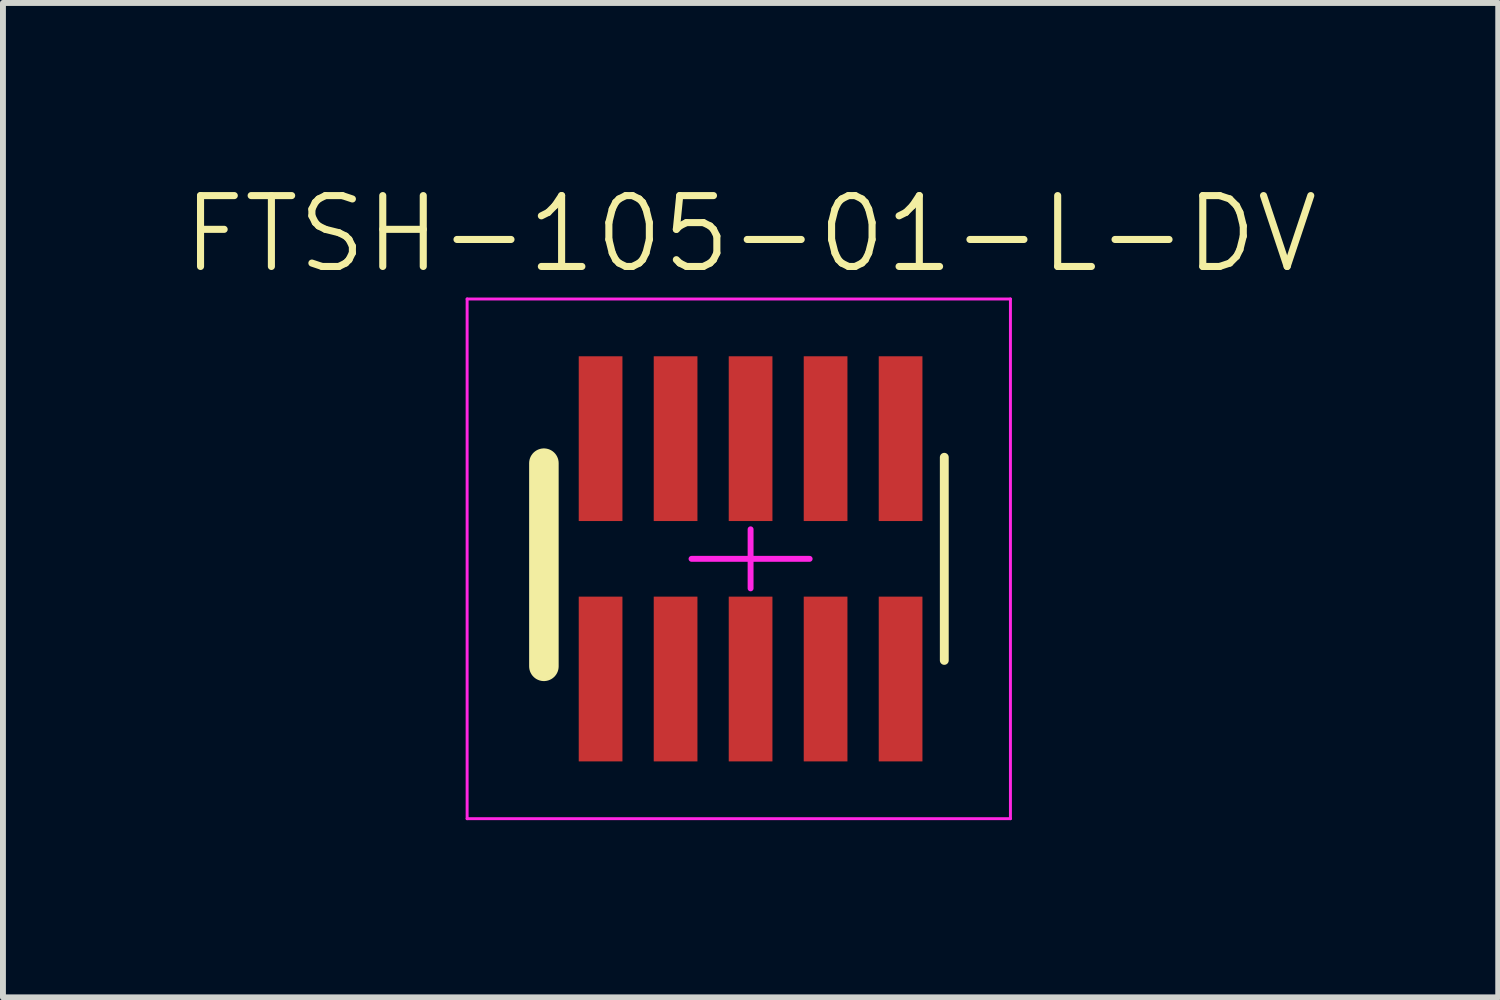
<source format=kicad_pcb>
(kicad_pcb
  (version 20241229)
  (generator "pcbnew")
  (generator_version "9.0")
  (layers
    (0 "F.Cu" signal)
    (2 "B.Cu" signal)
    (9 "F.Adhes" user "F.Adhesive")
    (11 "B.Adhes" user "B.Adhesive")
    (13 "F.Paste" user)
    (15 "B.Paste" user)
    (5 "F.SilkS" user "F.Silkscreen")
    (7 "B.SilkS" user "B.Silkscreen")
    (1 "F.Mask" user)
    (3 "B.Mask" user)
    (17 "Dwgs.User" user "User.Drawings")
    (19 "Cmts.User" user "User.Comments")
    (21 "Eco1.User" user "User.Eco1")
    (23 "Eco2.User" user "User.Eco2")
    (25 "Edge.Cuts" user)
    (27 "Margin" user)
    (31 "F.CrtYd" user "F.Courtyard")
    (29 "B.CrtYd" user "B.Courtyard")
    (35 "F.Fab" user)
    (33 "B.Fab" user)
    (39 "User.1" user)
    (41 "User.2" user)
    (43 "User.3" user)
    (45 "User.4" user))
  (footprint "FTSH-105-01-L-DV"
    (layer "F.Cu")
    (at 9.66 6.413)
    (property "Reference" "FTSH-105-01-L-DV" (at 0 -5.5 0) (layer "F.SilkS") (effects (font (size 1.2 1.2) (thickness 0.12))))
    (attr through_hole)
    (fp_line (start -3.5 -1.62) (end -3.5 1.82) (stroke (width 0.5) (type solid)) (layer "F.SilkS"))
    (fp_line (start 3.28 1.72) (end 3.28 -1.72) (stroke (width 0.15) (type solid)) (layer "F.SilkS"))
    (fp_line (start -4.8 -4.4) (end 4.4 -4.4) (stroke (width 0.05) (type solid)) (layer "F.CrtYd"))
    (fp_line (start -4.8 4.4) (end -4.8 -4.4) (stroke (width 0.05) (type solid)) (layer "F.CrtYd"))
    (fp_line (start -1 0) (end 1 0) (stroke (width 0.1) (type solid)) (layer "F.CrtYd"))
    (fp_line (start 0 -0.5) (end 0 0.5) (stroke (width 0.1) (type solid)) (layer "F.CrtYd"))
    (fp_line (start 4.4 -4.4) (end 4.4 4.4) (stroke (width 0.05) (type solid)) (layer "F.CrtYd"))
    (fp_line (start 4.4 4.4) (end -4.8 4.4) (stroke (width 0.05) (type solid)) (layer "F.CrtYd"))
    (pad "1" smd rect (at -2.54 2.035) (size 0.74 2.79) (layers "F.Cu" "F.Mask" "F.Paste"))
    (pad "2" smd rect (at -2.54 -2.035) (size 0.74 2.79) (layers "F.Cu" "F.Mask" "F.Paste"))
    (pad "3" smd rect (at -1.27 2.035) (size 0.74 2.79) (layers "F.Cu" "F.Mask" "F.Paste"))
    (pad "4" smd rect (at -1.27 -2.035) (size 0.74 2.79) (layers "F.Cu" "F.Mask" "F.Paste"))
    (pad "5" smd rect (at 0 2.035) (size 0.74 2.79) (layers "F.Cu" "F.Mask" "F.Paste"))
    (pad "6" smd rect (at 0 -2.035) (size 0.74 2.79) (layers "F.Cu" "F.Mask" "F.Paste"))
    (pad "7" smd rect (at 1.27 2.035) (size 0.74 2.79) (layers "F.Cu" "F.Mask" "F.Paste"))
    (pad "8" smd rect (at 1.27 -2.035) (size 0.74 2.79) (layers "F.Cu" "F.Mask" "F.Paste"))
    (pad "9" smd rect (at 2.54 2.035) (size 0.74 2.79) (layers "F.Cu" "F.Mask" "F.Paste"))
    (pad "10" smd rect (at 2.54 -2.035) (size 0.74 2.79) (layers "F.Cu" "F.Mask" "F.Paste")))
  (gr_rect
    (start -3 -3)
    (end 22.32 13.838)
    (stroke (width 0.1) (type default))
    (fill no)
    (layer "Edge.Cuts")))
</source>
